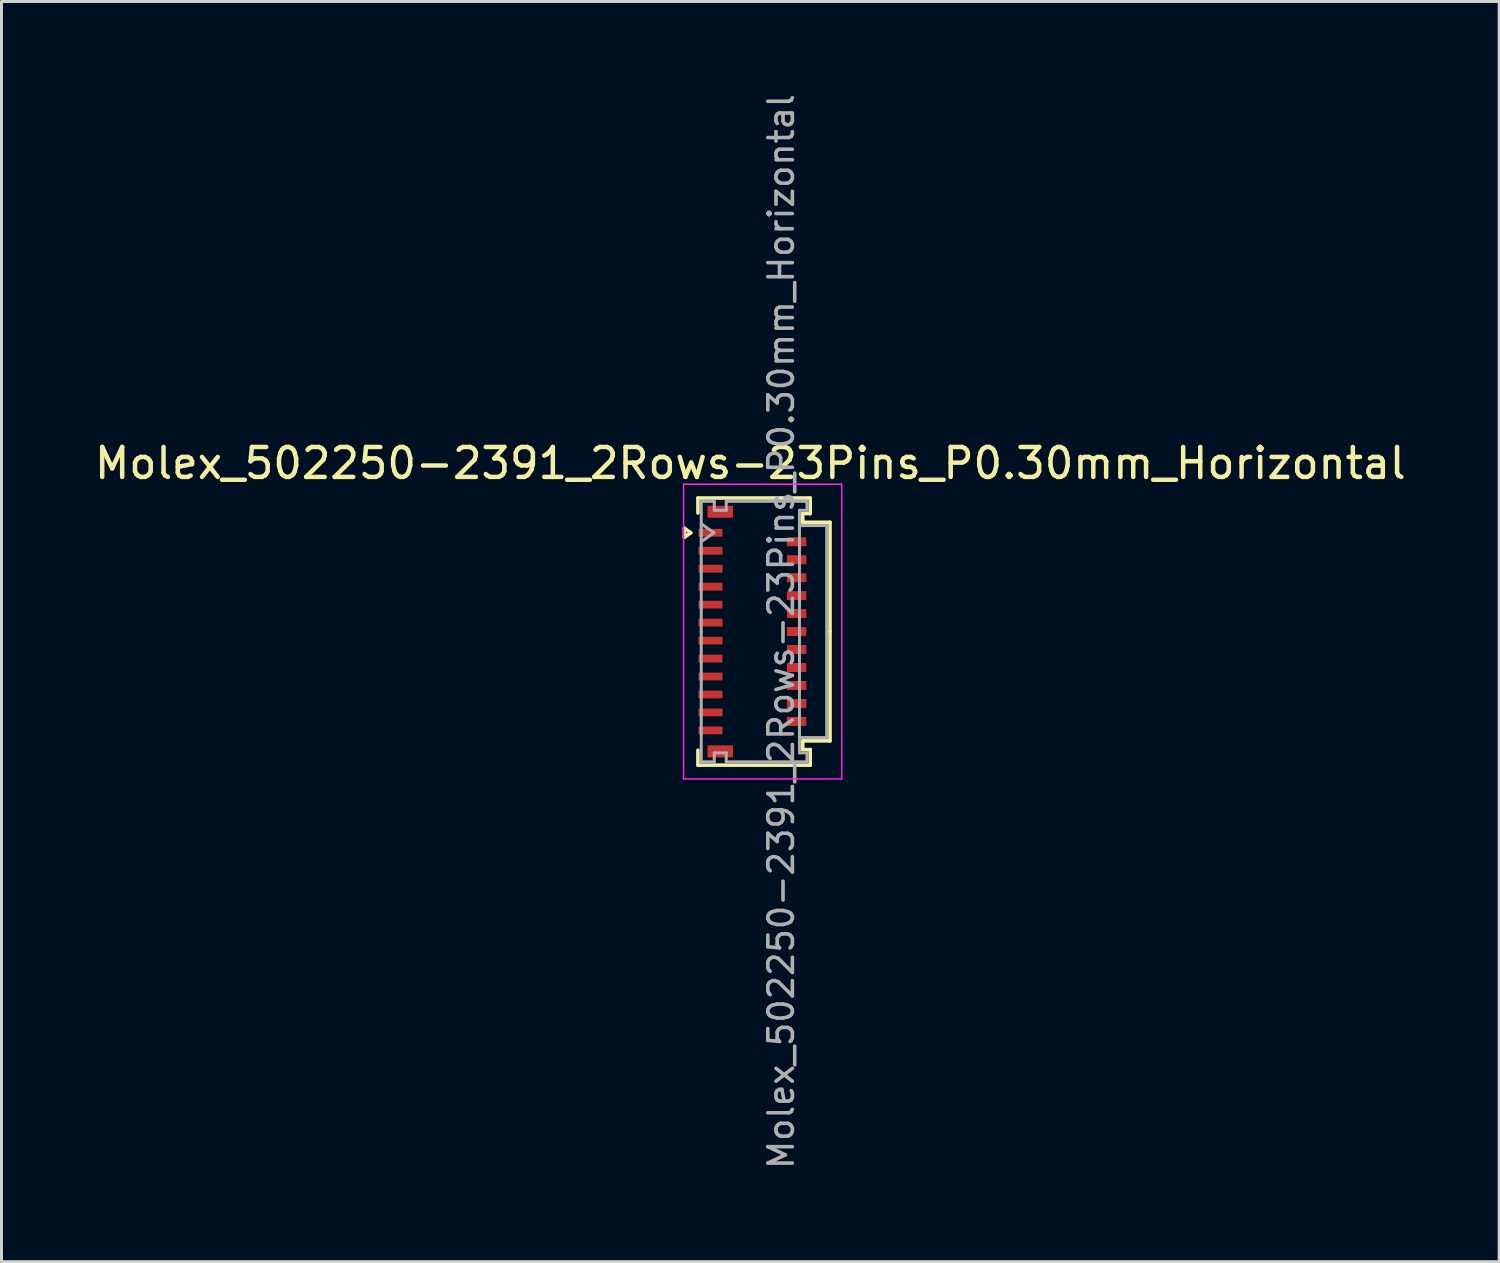
<source format=kicad_pcb>
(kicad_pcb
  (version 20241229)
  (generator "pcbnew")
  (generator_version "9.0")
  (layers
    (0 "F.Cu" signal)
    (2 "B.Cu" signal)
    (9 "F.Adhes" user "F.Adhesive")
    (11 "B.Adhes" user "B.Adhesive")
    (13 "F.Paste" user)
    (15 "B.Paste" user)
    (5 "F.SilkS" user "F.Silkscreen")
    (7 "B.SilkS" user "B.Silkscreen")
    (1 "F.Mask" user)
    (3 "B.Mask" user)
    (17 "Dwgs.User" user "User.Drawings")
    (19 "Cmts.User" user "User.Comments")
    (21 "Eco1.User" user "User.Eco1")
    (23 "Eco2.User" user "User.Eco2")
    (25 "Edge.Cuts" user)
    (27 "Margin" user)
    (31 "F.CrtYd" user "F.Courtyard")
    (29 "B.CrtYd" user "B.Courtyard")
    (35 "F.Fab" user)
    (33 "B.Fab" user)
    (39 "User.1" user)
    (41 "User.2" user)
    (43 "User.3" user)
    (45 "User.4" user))
  (footprint "Molex_502250-2391_2Rows-23Pins_P0.30mm_Horizontal"
    (layer "F.Cu")
    (at 22.076 18.04)
    (property "Reference" "Molex_502250-2391_2Rows-23Pins_P0.30mm_Horizontal" (at -0.07 -5.62 0) (layer "F.SilkS") (effects (font (size 1 1) (thickness 0.15))))
    (attr smd)
    (fp_line (start -2.272 -3.45) (end -2.06 -3.3) (stroke (width 0.12) (type solid)) (layer "F.SilkS"))
    (fp_line (start -2.272 -3.15) (end -2.272 -3.45) (stroke (width 0.12) (type solid)) (layer "F.SilkS"))
    (fp_line (start -2.06 -3.3) (end -2.272 -3.15) (stroke (width 0.12) (type solid)) (layer "F.SilkS"))
    (fp_line (start -1.82 -4.46) (end 1.93 -4.46) (stroke (width 0.12) (type solid)) (layer "F.SilkS"))
    (fp_line (start -1.82 -3.96) (end -1.82 -4.46) (stroke (width 0.12) (type solid)) (layer "F.SilkS"))
    (fp_line (start -1.82 3.96) (end -1.82 4.46) (stroke (width 0.12) (type solid)) (layer "F.SilkS"))
    (fp_line (start -1.82 4.46) (end 1.93 4.46) (stroke (width 0.12) (type solid)) (layer "F.SilkS"))
    (fp_line (start 1.68 -3.94) (end 1.68 -3.65) (stroke (width 0.12) (type solid)) (layer "F.SilkS"))
    (fp_line (start 1.68 -3.65) (end 2.59 -3.65) (stroke (width 0.12) (type solid)) (layer "F.SilkS"))
    (fp_line (start 1.68 3.65) (end 2.59 3.65) (stroke (width 0.12) (type solid)) (layer "F.SilkS"))
    (fp_line (start 1.68 3.94) (end 1.68 3.65) (stroke (width 0.12) (type solid)) (layer "F.SilkS"))
    (fp_line (start 1.93 -4.46) (end 1.93 -3.94) (stroke (width 0.12) (type solid)) (layer "F.SilkS"))
    (fp_line (start 1.93 -3.94) (end 1.68 -3.94) (stroke (width 0.12) (type solid)) (layer "F.SilkS"))
    (fp_line (start 1.93 3.94) (end 1.68 3.94) (stroke (width 0.12) (type solid)) (layer "F.SilkS"))
    (fp_line (start 1.93 4.46) (end 1.93 3.94) (stroke (width 0.12) (type solid)) (layer "F.SilkS"))
    (fp_line (start 2.59 -3.65) (end 2.59 0) (stroke (width 0.12) (type solid)) (layer "F.SilkS"))
    (fp_line (start 2.59 3.65) (end 2.59 0) (stroke (width 0.12) (type solid)) (layer "F.SilkS"))
    (fp_line (start -2.3 -4.92) (end -2.3 4.92) (stroke (width 0.05) (type solid)) (layer "F.CrtYd"))
    (fp_line (start -2.3 4.92) (end 2.98 4.92) (stroke (width 0.05) (type solid)) (layer "F.CrtYd"))
    (fp_line (start 2.98 -4.92) (end -2.3 -4.92) (stroke (width 0.05) (type solid)) (layer "F.CrtYd"))
    (fp_line (start 2.98 4.92) (end 2.98 -4.92) (stroke (width 0.05) (type solid)) (layer "F.CrtYd"))
    (fp_line (start -1.71 -4.35) (end -1.275 -4.35) (stroke (width 0.1) (type solid)) (layer "F.Fab"))
    (fp_line (start -1.71 -3.6) (end -1.286 -3.3) (stroke (width 0.1) (type solid)) (layer "F.Fab"))
    (fp_line (start -1.71 0) (end -1.71 -4.35) (stroke (width 0.1) (type solid)) (layer "F.Fab"))
    (fp_line (start -1.71 0) (end -1.71 4.35) (stroke (width 0.1) (type solid)) (layer "F.Fab"))
    (fp_line (start -1.71 4.35) (end -1.275 4.35) (stroke (width 0.1) (type solid)) (layer "F.Fab"))
    (fp_line (start -1.286 -3.3) (end -1.71 -3) (stroke (width 0.1) (type solid)) (layer "F.Fab"))
    (fp_line (start -1.275 -4.35) (end -1.275 -4.05) (stroke (width 0.1) (type solid)) (layer "F.Fab"))
    (fp_line (start -1.275 -4.05) (end -0.875 -4.05) (stroke (width 0.1) (type solid)) (layer "F.Fab"))
    (fp_line (start -1.275 4.05) (end -0.875 4.05) (stroke (width 0.1) (type solid)) (layer "F.Fab"))
    (fp_line (start -1.275 4.35) (end -1.275 4.05) (stroke (width 0.1) (type solid)) (layer "F.Fab"))
    (fp_line (start -0.875 -4.35) (end 1.82 -4.35) (stroke (width 0.1) (type solid)) (layer "F.Fab"))
    (fp_line (start -0.875 -4.05) (end -0.875 -4.35) (stroke (width 0.1) (type solid)) (layer "F.Fab"))
    (fp_line (start -0.875 4.05) (end -0.875 4.35) (stroke (width 0.1) (type solid)) (layer "F.Fab"))
    (fp_line (start -0.875 4.35) (end 1.82 4.35) (stroke (width 0.1) (type solid)) (layer "F.Fab"))
    (fp_line (start 1.57 -4.05) (end 1.57 0) (stroke (width 0.1) (type solid)) (layer "F.Fab"))
    (fp_line (start 1.57 -3.54) (end 2.48 -3.54) (stroke (width 0.1) (type solid)) (layer "F.Fab"))
    (fp_line (start 1.57 4.05) (end 1.57 0) (stroke (width 0.1) (type solid)) (layer "F.Fab"))
    (fp_line (start 1.82 -4.35) (end 1.82 -4.05) (stroke (width 0.1) (type solid)) (layer "F.Fab"))
    (fp_line (start 1.82 -4.05) (end 1.57 -4.05) (stroke (width 0.1) (type solid)) (layer "F.Fab"))
    (fp_line (start 1.82 4.05) (end 1.57 4.05) (stroke (width 0.1) (type solid)) (layer "F.Fab"))
    (fp_line (start 1.82 4.35) (end 1.82 4.05) (stroke (width 0.1) (type solid)) (layer "F.Fab"))
    (fp_line (start 2.48 -3.54) (end 2.48 3.54) (stroke (width 0.1) (type solid)) (layer "F.Fab"))
    (fp_line (start 2.48 3.54) (end 1.57 3.54) (stroke (width 0.1) (type solid)) (layer "F.Fab"))
    (fp_text user "${REFERENCE}" (at 0.96 0 90) (layer "F.Fab") (effects (font (size 0.82 0.82) (thickness 0.12))))
    (pad "" smd rect (at -1.075 -4) (size 0.85 0.4) (layers "F.Cu" "F.Mask" "F.Paste"))
    (pad "" smd rect (at -1.075 4) (size 0.85 0.4) (layers "F.Cu" "F.Mask" "F.Paste"))
    (pad "1" smd rect (at -1.4 -3.3) (size 0.8 0.26) (layers "F.Cu" "F.Mask" "F.Paste"))
    (pad "2" smd rect (at 1.475 -3) (size 0.65 0.3) (layers "F.Cu" "F.Mask" "F.Paste"))
    (pad "3" smd rect (at -1.4 -2.7) (size 0.8 0.26) (layers "F.Cu" "F.Mask" "F.Paste"))
    (pad "4" smd rect (at 1.475 -2.4) (size 0.65 0.3) (layers "F.Cu" "F.Mask" "F.Paste"))
    (pad "5" smd rect (at -1.4 -2.1) (size 0.8 0.26) (layers "F.Cu" "F.Mask" "F.Paste"))
    (pad "6" smd rect (at 1.475 -1.8) (size 0.65 0.3) (layers "F.Cu" "F.Mask" "F.Paste"))
    (pad "7" smd rect (at -1.4 -1.5) (size 0.8 0.26) (layers "F.Cu" "F.Mask" "F.Paste"))
    (pad "8" smd rect (at 1.475 -1.2) (size 0.65 0.3) (layers "F.Cu" "F.Mask" "F.Paste"))
    (pad "9" smd rect (at -1.4 -0.9) (size 0.8 0.26) (layers "F.Cu" "F.Mask" "F.Paste"))
    (pad "10" smd rect (at 1.475 -0.6) (size 0.65 0.3) (layers "F.Cu" "F.Mask" "F.Paste"))
    (pad "11" smd rect (at -1.4 -0.3) (size 0.8 0.26) (layers "F.Cu" "F.Mask" "F.Paste"))
    (pad "12" smd rect (at 1.475 0) (size 0.65 0.3) (layers "F.Cu" "F.Mask" "F.Paste"))
    (pad "13" smd rect (at -1.4 0.3) (size 0.8 0.26) (layers "F.Cu" "F.Mask" "F.Paste"))
    (pad "14" smd rect (at 1.475 0.6) (size 0.65 0.3) (layers "F.Cu" "F.Mask" "F.Paste"))
    (pad "15" smd rect (at -1.4 0.9) (size 0.8 0.26) (layers "F.Cu" "F.Mask" "F.Paste"))
    (pad "16" smd rect (at 1.475 1.2) (size 0.65 0.3) (layers "F.Cu" "F.Mask" "F.Paste"))
    (pad "17" smd rect (at -1.4 1.5) (size 0.8 0.26) (layers "F.Cu" "F.Mask" "F.Paste"))
    (pad "18" smd rect (at 1.475 1.8) (size 0.65 0.3) (layers "F.Cu" "F.Mask" "F.Paste"))
    (pad "19" smd rect (at -1.4 2.1) (size 0.8 0.26) (layers "F.Cu" "F.Mask" "F.Paste"))
    (pad "20" smd rect (at 1.475 2.4) (size 0.65 0.3) (layers "F.Cu" "F.Mask" "F.Paste"))
    (pad "21" smd rect (at -1.4 2.7) (size 0.8 0.26) (layers "F.Cu" "F.Mask" "F.Paste"))
    (pad "22" smd rect (at 1.475 3) (size 0.65 0.3) (layers "F.Cu" "F.Mask" "F.Paste"))
    (pad "23" smd rect (at -1.4 3.3) (size 0.8 0.26) (layers "F.Cu" "F.Mask" "F.Paste")))
  (gr_rect
    (start -3 -3)
    (end 47.012 39.081)
    (stroke (width 0.1) (type default))
    (fill no)
    (layer "Edge.Cuts")))
</source>
